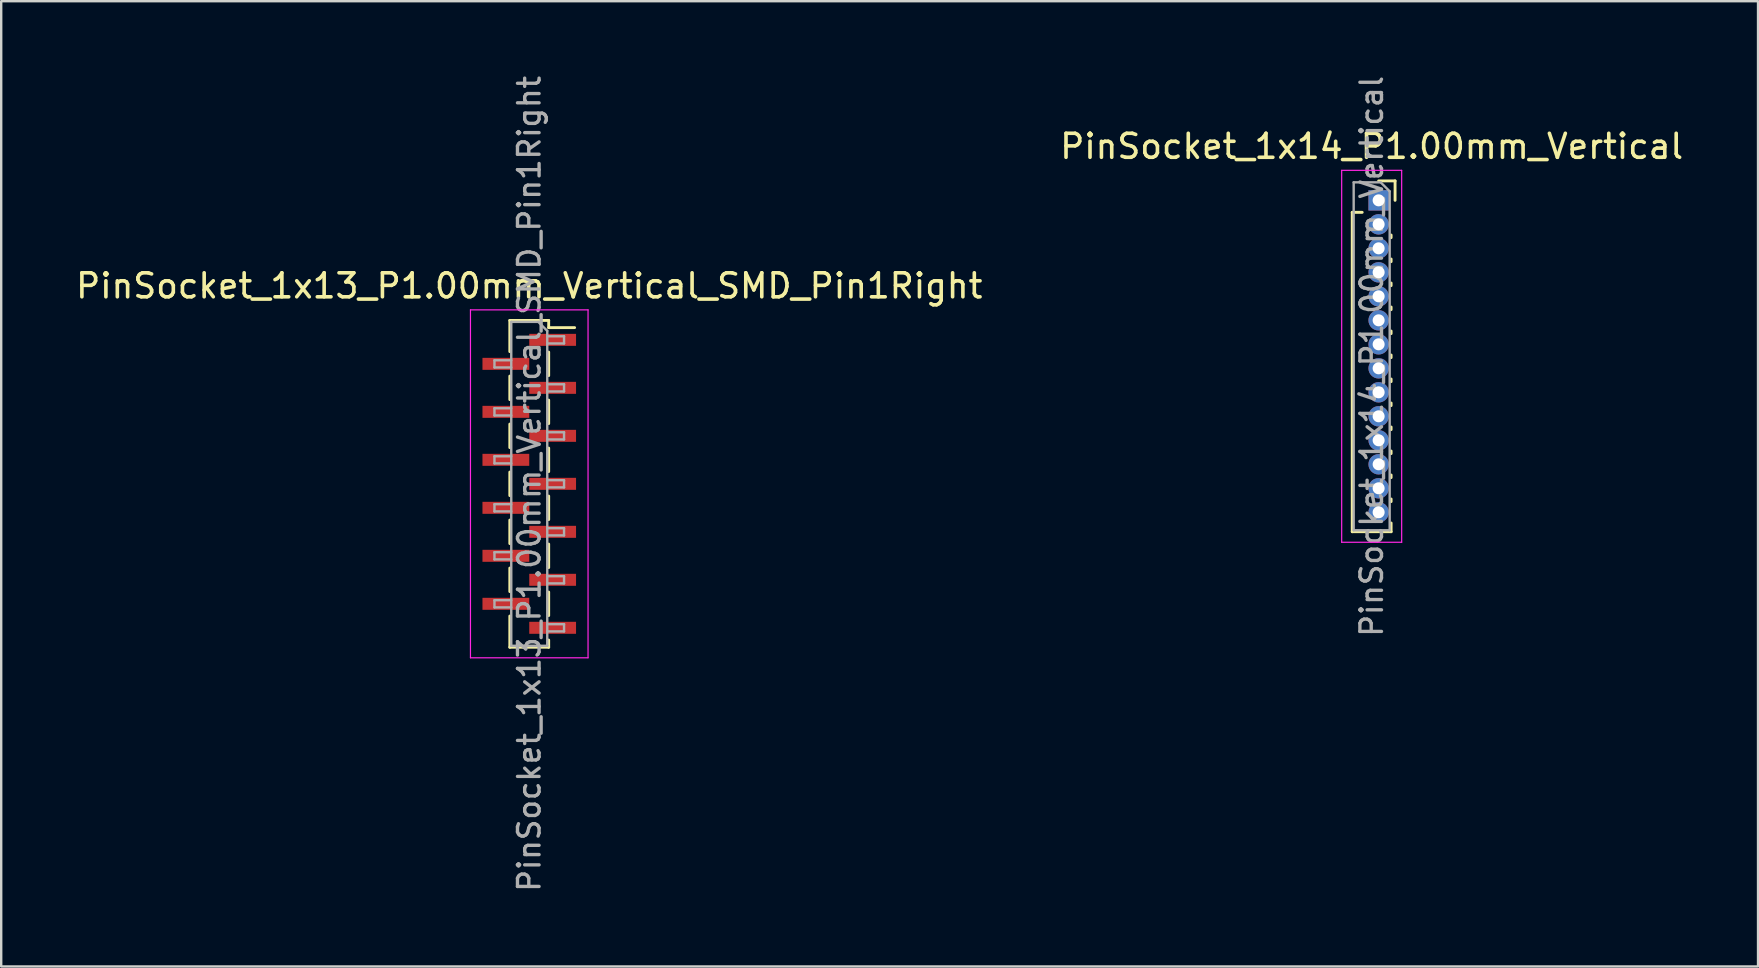
<source format=kicad_pcb>
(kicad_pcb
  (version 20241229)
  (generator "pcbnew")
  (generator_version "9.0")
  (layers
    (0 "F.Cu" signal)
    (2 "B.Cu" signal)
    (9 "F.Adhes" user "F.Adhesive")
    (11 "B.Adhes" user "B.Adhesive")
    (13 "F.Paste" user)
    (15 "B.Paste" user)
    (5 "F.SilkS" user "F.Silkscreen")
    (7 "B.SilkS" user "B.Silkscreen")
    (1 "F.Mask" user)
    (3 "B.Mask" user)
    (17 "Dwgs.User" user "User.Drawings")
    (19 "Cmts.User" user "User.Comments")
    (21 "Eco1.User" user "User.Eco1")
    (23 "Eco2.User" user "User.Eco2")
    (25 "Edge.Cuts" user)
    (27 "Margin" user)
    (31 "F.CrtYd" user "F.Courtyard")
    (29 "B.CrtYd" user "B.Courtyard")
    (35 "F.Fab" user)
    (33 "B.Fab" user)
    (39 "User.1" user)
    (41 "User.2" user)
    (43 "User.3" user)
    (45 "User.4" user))
  (footprint "PinSocket_1x13_P1.00mm_Vertical_SMD_Pin1Right"
    (layer "F.Cu")
    (at 19.006 17.113)
    (property "Reference" "PinSocket_1x13_P1.00mm_Vertical_SMD_Pin1Right" (at 0 -8.25 0) (layer "F.SilkS") (effects (font (size 1 1) (thickness 0.15))))
    (attr smd)
    (fp_line (start -0.81 -6.81) (end -0.81 -5.51) (stroke (width 0.12) (type solid)) (layer "F.SilkS"))
    (fp_line (start -0.81 -6.81) (end 0.81 -6.81) (stroke (width 0.12) (type solid)) (layer "F.SilkS"))
    (fp_line (start -0.81 -4.49) (end -0.81 -3.51) (stroke (width 0.12) (type solid)) (layer "F.SilkS"))
    (fp_line (start -0.81 -2.49) (end -0.81 -1.51) (stroke (width 0.12) (type solid)) (layer "F.SilkS"))
    (fp_line (start -0.81 -0.49) (end -0.81 0.49) (stroke (width 0.12) (type solid)) (layer "F.SilkS"))
    (fp_line (start -0.81 1.51) (end -0.81 2.49) (stroke (width 0.12) (type solid)) (layer "F.SilkS"))
    (fp_line (start -0.81 3.51) (end -0.81 4.49) (stroke (width 0.12) (type solid)) (layer "F.SilkS"))
    (fp_line (start -0.81 5.51) (end -0.81 6.81) (stroke (width 0.12) (type solid)) (layer "F.SilkS"))
    (fp_line (start -0.81 6.81) (end 0.81 6.81) (stroke (width 0.12) (type solid)) (layer "F.SilkS"))
    (fp_line (start 0.81 -6.81) (end 0.81 -6.51) (stroke (width 0.12) (type solid)) (layer "F.SilkS"))
    (fp_line (start 0.81 -6.51) (end 1.89 -6.51) (stroke (width 0.12) (type solid)) (layer "F.SilkS"))
    (fp_line (start 0.81 -5.49) (end 0.81 -4.51) (stroke (width 0.12) (type solid)) (layer "F.SilkS"))
    (fp_line (start 0.81 -3.49) (end 0.81 -2.51) (stroke (width 0.12) (type solid)) (layer "F.SilkS"))
    (fp_line (start 0.81 -1.49) (end 0.81 -0.51) (stroke (width 0.12) (type solid)) (layer "F.SilkS"))
    (fp_line (start 0.81 0.51) (end 0.81 1.49) (stroke (width 0.12) (type solid)) (layer "F.SilkS"))
    (fp_line (start 0.81 2.51) (end 0.81 3.49) (stroke (width 0.12) (type solid)) (layer "F.SilkS"))
    (fp_line (start 0.81 4.51) (end 0.81 5.49) (stroke (width 0.12) (type solid)) (layer "F.SilkS"))
    (fp_line (start 0.81 6.51) (end 0.81 6.81) (stroke (width 0.12) (type solid)) (layer "F.SilkS"))
    (fp_line (start -2.45 -7.25) (end 2.45 -7.25) (stroke (width 0.05) (type solid)) (layer "F.CrtYd"))
    (fp_line (start -2.45 7.25) (end -2.45 -7.25) (stroke (width 0.05) (type solid)) (layer "F.CrtYd"))
    (fp_line (start 2.45 -7.25) (end 2.45 7.25) (stroke (width 0.05) (type solid)) (layer "F.CrtYd"))
    (fp_line (start 2.45 7.25) (end -2.45 7.25) (stroke (width 0.05) (type solid)) (layer "F.CrtYd"))
    (fp_line (start -1.45 -5.15) (end -0.75 -5.15) (stroke (width 0.1) (type solid)) (layer "F.Fab"))
    (fp_line (start -1.45 -4.85) (end -1.45 -5.15) (stroke (width 0.1) (type solid)) (layer "F.Fab"))
    (fp_line (start -1.45 -3.15) (end -0.75 -3.15) (stroke (width 0.1) (type solid)) (layer "F.Fab"))
    (fp_line (start -1.45 -2.85) (end -1.45 -3.15) (stroke (width 0.1) (type solid)) (layer "F.Fab"))
    (fp_line (start -1.45 -1.15) (end -0.75 -1.15) (stroke (width 0.1) (type solid)) (layer "F.Fab"))
    (fp_line (start -1.45 -0.85) (end -1.45 -1.15) (stroke (width 0.1) (type solid)) (layer "F.Fab"))
    (fp_line (start -1.45 0.85) (end -0.75 0.85) (stroke (width 0.1) (type solid)) (layer "F.Fab"))
    (fp_line (start -1.45 1.15) (end -1.45 0.85) (stroke (width 0.1) (type solid)) (layer "F.Fab"))
    (fp_line (start -1.45 2.85) (end -0.75 2.85) (stroke (width 0.1) (type solid)) (layer "F.Fab"))
    (fp_line (start -1.45 3.15) (end -1.45 2.85) (stroke (width 0.1) (type solid)) (layer "F.Fab"))
    (fp_line (start -1.45 4.85) (end -0.75 4.85) (stroke (width 0.1) (type solid)) (layer "F.Fab"))
    (fp_line (start -1.45 5.15) (end -1.45 4.85) (stroke (width 0.1) (type solid)) (layer "F.Fab"))
    (fp_line (start -0.75 -6.75) (end 0.375 -6.75) (stroke (width 0.1) (type solid)) (layer "F.Fab"))
    (fp_line (start -0.75 -4.85) (end -1.45 -4.85) (stroke (width 0.1) (type solid)) (layer "F.Fab"))
    (fp_line (start -0.75 -2.85) (end -1.45 -2.85) (stroke (width 0.1) (type solid)) (layer "F.Fab"))
    (fp_line (start -0.75 -0.85) (end -1.45 -0.85) (stroke (width 0.1) (type solid)) (layer "F.Fab"))
    (fp_line (start -0.75 1.15) (end -1.45 1.15) (stroke (width 0.1) (type solid)) (layer "F.Fab"))
    (fp_line (start -0.75 3.15) (end -1.45 3.15) (stroke (width 0.1) (type solid)) (layer "F.Fab"))
    (fp_line (start -0.75 5.15) (end -1.45 5.15) (stroke (width 0.1) (type solid)) (layer "F.Fab"))
    (fp_line (start -0.75 6.75) (end -0.75 -6.75) (stroke (width 0.1) (type solid)) (layer "F.Fab"))
    (fp_line (start 0.375 -6.75) (end 0.75 -6.375) (stroke (width 0.1) (type solid)) (layer "F.Fab"))
    (fp_line (start 0.75 -6.375) (end 0.75 6.75) (stroke (width 0.1) (type solid)) (layer "F.Fab"))
    (fp_line (start 0.75 -6.15) (end 1.45 -6.15) (stroke (width 0.1) (type solid)) (layer "F.Fab"))
    (fp_line (start 0.75 -4.15) (end 1.45 -4.15) (stroke (width 0.1) (type solid)) (layer "F.Fab"))
    (fp_line (start 0.75 -2.15) (end 1.45 -2.15) (stroke (width 0.1) (type solid)) (layer "F.Fab"))
    (fp_line (start 0.75 -0.15) (end 1.45 -0.15) (stroke (width 0.1) (type solid)) (layer "F.Fab"))
    (fp_line (start 0.75 1.85) (end 1.45 1.85) (stroke (width 0.1) (type solid)) (layer "F.Fab"))
    (fp_line (start 0.75 3.85) (end 1.45 3.85) (stroke (width 0.1) (type solid)) (layer "F.Fab"))
    (fp_line (start 0.75 5.85) (end 1.45 5.85) (stroke (width 0.1) (type solid)) (layer "F.Fab"))
    (fp_line (start 0.75 6.75) (end -0.75 6.75) (stroke (width 0.1) (type solid)) (layer "F.Fab"))
    (fp_line (start 1.45 -6.15) (end 1.45 -5.85) (stroke (width 0.1) (type solid)) (layer "F.Fab"))
    (fp_line (start 1.45 -5.85) (end 0.75 -5.85) (stroke (width 0.1) (type solid)) (layer "F.Fab"))
    (fp_line (start 1.45 -4.15) (end 1.45 -3.85) (stroke (width 0.1) (type solid)) (layer "F.Fab"))
    (fp_line (start 1.45 -3.85) (end 0.75 -3.85) (stroke (width 0.1) (type solid)) (layer "F.Fab"))
    (fp_line (start 1.45 -2.15) (end 1.45 -1.85) (stroke (width 0.1) (type solid)) (layer "F.Fab"))
    (fp_line (start 1.45 -1.85) (end 0.75 -1.85) (stroke (width 0.1) (type solid)) (layer "F.Fab"))
    (fp_line (start 1.45 -0.15) (end 1.45 0.15) (stroke (width 0.1) (type solid)) (layer "F.Fab"))
    (fp_line (start 1.45 0.15) (end 0.75 0.15) (stroke (width 0.1) (type solid)) (layer "F.Fab"))
    (fp_line (start 1.45 1.85) (end 1.45 2.15) (stroke (width 0.1) (type solid)) (layer "F.Fab"))
    (fp_line (start 1.45 2.15) (end 0.75 2.15) (stroke (width 0.1) (type solid)) (layer "F.Fab"))
    (fp_line (start 1.45 3.85) (end 1.45 4.15) (stroke (width 0.1) (type solid)) (layer "F.Fab"))
    (fp_line (start 1.45 4.15) (end 0.75 4.15) (stroke (width 0.1) (type solid)) (layer "F.Fab"))
    (fp_line (start 1.45 5.85) (end 1.45 6.15) (stroke (width 0.1) (type solid)) (layer "F.Fab"))
    (fp_line (start 1.45 6.15) (end 0.75 6.15) (stroke (width 0.1) (type solid)) (layer "F.Fab"))
    (fp_text user "${REFERENCE}" (at 0 0 90) (layer "F.Fab") (effects (font (size 0.9 0.9) (thickness 0.14))))
    (pad "1" smd rect (at 0.975 -6) (size 1.95 0.5) (layers "F.Cu" "F.Mask" "F.Paste"))
    (pad "2" smd rect (at -0.975 -5) (size 1.95 0.5) (layers "F.Cu" "F.Mask" "F.Paste"))
    (pad "3" smd rect (at 0.975 -4) (size 1.95 0.5) (layers "F.Cu" "F.Mask" "F.Paste"))
    (pad "4" smd rect (at -0.975 -3) (size 1.95 0.5) (layers "F.Cu" "F.Mask" "F.Paste"))
    (pad "5" smd rect (at 0.975 -2) (size 1.95 0.5) (layers "F.Cu" "F.Mask" "F.Paste"))
    (pad "6" smd rect (at -0.975 -1) (size 1.95 0.5) (layers "F.Cu" "F.Mask" "F.Paste"))
    (pad "7" smd rect (at 0.975 0) (size 1.95 0.5) (layers "F.Cu" "F.Mask" "F.Paste"))
    (pad "8" smd rect (at -0.975 1) (size 1.95 0.5) (layers "F.Cu" "F.Mask" "F.Paste"))
    (pad "9" smd rect (at 0.975 2) (size 1.95 0.5) (layers "F.Cu" "F.Mask" "F.Paste"))
    (pad "10" smd rect (at -0.975 3) (size 1.95 0.5) (layers "F.Cu" "F.Mask" "F.Paste"))
    (pad "11" smd rect (at 0.975 4) (size 1.95 0.5) (layers "F.Cu" "F.Mask" "F.Paste"))
    (pad "12" smd rect (at -0.975 5) (size 1.95 0.5) (layers "F.Cu" "F.Mask" "F.Paste"))
    (pad "13" smd rect (at 0.975 6) (size 1.95 0.5) (layers "F.Cu" "F.Mask" "F.Paste")))
  (footprint "PinSocket_1x14_P1.00mm_Vertical"
    (layer "F.Cu")
    (at 54.403 5.299)
    (property "Reference" "PinSocket_1x14_P1.00mm_Vertical" (at -0.29 -2.25 0) (layer "F.SilkS") (effects (font (size 1 1) (thickness 0.15))))
    (attr through_hole)
    (fp_line (start -1.1 0.5) (end -1.1 13.81) (stroke (width 0.12) (type solid)) (layer "F.SilkS"))
    (fp_line (start -1.1 0.5) (end -0.685 0.5) (stroke (width 0.12) (type solid)) (layer "F.SilkS"))
    (fp_line (start -1.1 13.81) (end 0.52 13.81) (stroke (width 0.12) (type solid)) (layer "F.SilkS"))
    (fp_line (start 0 -0.81) (end 0.685 -0.81) (stroke (width 0.12) (type solid)) (layer "F.SilkS"))
    (fp_line (start 0.52 1.446) (end 0.52 1.554) (stroke (width 0.12) (type solid)) (layer "F.SilkS"))
    (fp_line (start 0.52 2.446) (end 0.52 2.554) (stroke (width 0.12) (type solid)) (layer "F.SilkS"))
    (fp_line (start 0.52 3.446) (end 0.52 3.554) (stroke (width 0.12) (type solid)) (layer "F.SilkS"))
    (fp_line (start 0.52 4.446) (end 0.52 4.554) (stroke (width 0.12) (type solid)) (layer "F.SilkS"))
    (fp_line (start 0.52 5.446) (end 0.52 5.554) (stroke (width 0.12) (type solid)) (layer "F.SilkS"))
    (fp_line (start 0.52 6.446) (end 0.52 6.554) (stroke (width 0.12) (type solid)) (layer "F.SilkS"))
    (fp_line (start 0.52 7.446) (end 0.52 7.554) (stroke (width 0.12) (type solid)) (layer "F.SilkS"))
    (fp_line (start 0.52 8.446) (end 0.52 8.554) (stroke (width 0.12) (type solid)) (layer "F.SilkS"))
    (fp_line (start 0.52 9.446) (end 0.52 9.554) (stroke (width 0.12) (type solid)) (layer "F.SilkS"))
    (fp_line (start 0.52 10.446) (end 0.52 10.554) (stroke (width 0.12) (type solid)) (layer "F.SilkS"))
    (fp_line (start 0.52 11.446) (end 0.52 11.554) (stroke (width 0.12) (type solid)) (layer "F.SilkS"))
    (fp_line (start 0.52 12.446) (end 0.52 12.554) (stroke (width 0.12) (type solid)) (layer "F.SilkS"))
    (fp_line (start 0.52 13.446) (end 0.52 13.81) (stroke (width 0.12) (type solid)) (layer "F.SilkS"))
    (fp_line (start 0.685 -0.81) (end 0.685 0) (stroke (width 0.12) (type solid)) (layer "F.SilkS"))
    (fp_line (start -1.54 -1.25) (end 0.96 -1.25) (stroke (width 0.05) (type solid)) (layer "F.CrtYd"))
    (fp_line (start -1.54 14.25) (end -1.54 -1.25) (stroke (width 0.05) (type solid)) (layer "F.CrtYd"))
    (fp_line (start 0.96 -1.25) (end 0.96 14.25) (stroke (width 0.05) (type solid)) (layer "F.CrtYd"))
    (fp_line (start 0.96 14.25) (end -1.54 14.25) (stroke (width 0.05) (type solid)) (layer "F.CrtYd"))
    (fp_line (start -1.04 -0.75) (end 0.085 -0.75) (stroke (width 0.1) (type solid)) (layer "F.Fab"))
    (fp_line (start -1.04 13.75) (end -1.04 -0.75) (stroke (width 0.1) (type solid)) (layer "F.Fab"))
    (fp_line (start 0.085 -0.75) (end 0.46 -0.375) (stroke (width 0.1) (type solid)) (layer "F.Fab"))
    (fp_line (start 0.46 -0.375) (end 0.46 13.75) (stroke (width 0.1) (type solid)) (layer "F.Fab"))
    (fp_line (start 0.46 13.75) (end -1.04 13.75) (stroke (width 0.1) (type solid)) (layer "F.Fab"))
    (fp_text user "${REFERENCE}" (at -0.29 6.5 90) (layer "F.Fab") (effects (font (size 0.9 0.9) (thickness 0.14))))
    (pad "1" thru_hole rect (at 0 0) (size 0.85 0.85) (drill 0.5) (layers "*.Cu" "*.Mask"))
    (pad "2" thru_hole circle (at 0 1) (size 0.85 0.85) (drill 0.5) (layers "*.Cu" "*.Mask"))
    (pad "3" thru_hole circle (at 0 2) (size 0.85 0.85) (drill 0.5) (layers "*.Cu" "*.Mask"))
    (pad "4" thru_hole circle (at 0 3) (size 0.85 0.85) (drill 0.5) (layers "*.Cu" "*.Mask"))
    (pad "5" thru_hole circle (at 0 4) (size 0.85 0.85) (drill 0.5) (layers "*.Cu" "*.Mask"))
    (pad "6" thru_hole circle (at 0 5) (size 0.85 0.85) (drill 0.5) (layers "*.Cu" "*.Mask"))
    (pad "7" thru_hole circle (at 0 6) (size 0.85 0.85) (drill 0.5) (layers "*.Cu" "*.Mask"))
    (pad "8" thru_hole circle (at 0 7) (size 0.85 0.85) (drill 0.5) (layers "*.Cu" "*.Mask"))
    (pad "9" thru_hole circle (at 0 8) (size 0.85 0.85) (drill 0.5) (layers "*.Cu" "*.Mask"))
    (pad "10" thru_hole circle (at 0 9) (size 0.85 0.85) (drill 0.5) (layers "*.Cu" "*.Mask"))
    (pad "11" thru_hole circle (at 0 10) (size 0.85 0.85) (drill 0.5) (layers "*.Cu" "*.Mask"))
    (pad "12" thru_hole circle (at 0 11) (size 0.85 0.85) (drill 0.5) (layers "*.Cu" "*.Mask"))
    (pad "13" thru_hole circle (at 0 12) (size 0.85 0.85) (drill 0.5) (layers "*.Cu" "*.Mask"))
    (pad "14" thru_hole circle (at 0 13) (size 0.85 0.85) (drill 0.5) (layers "*.Cu" "*.Mask")))
  (gr_rect
    (start -3 -3)
    (end 70.214 37.226)
    (stroke (width 0.1) (type default))
    (fill no)
    (layer "Edge.Cuts")))
</source>
